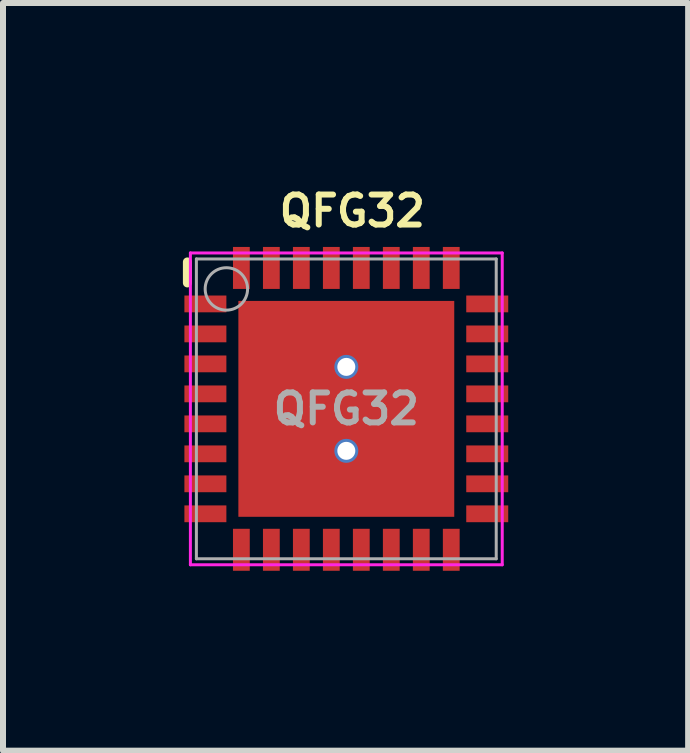
<source format=kicad_pcb>
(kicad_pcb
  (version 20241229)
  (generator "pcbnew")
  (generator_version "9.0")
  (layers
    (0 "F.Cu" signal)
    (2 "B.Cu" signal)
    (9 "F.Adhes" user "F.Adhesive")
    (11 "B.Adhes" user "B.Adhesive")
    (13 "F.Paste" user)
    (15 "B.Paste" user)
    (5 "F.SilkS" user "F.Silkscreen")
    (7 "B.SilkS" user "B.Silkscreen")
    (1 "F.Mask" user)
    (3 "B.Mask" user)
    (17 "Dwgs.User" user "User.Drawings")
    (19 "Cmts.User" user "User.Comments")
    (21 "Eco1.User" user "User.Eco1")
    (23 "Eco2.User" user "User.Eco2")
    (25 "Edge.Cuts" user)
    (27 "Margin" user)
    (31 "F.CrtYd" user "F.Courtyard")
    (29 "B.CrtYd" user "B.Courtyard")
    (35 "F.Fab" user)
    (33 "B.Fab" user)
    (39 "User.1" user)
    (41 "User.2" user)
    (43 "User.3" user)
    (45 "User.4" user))
  (footprint "QFG32"
    (layer "F.Cu")
    (at 2.725 3.768)
    (property "Reference" "QFG32" (at 0.1 -3.3 180) (layer "F.SilkS") (effects (font (size 0.5 0.5) (thickness 0.1))))
    (attr smd)
    (fp_line (start -2.65 -2.45) (end -2.65 -2.1) (stroke (width 0.15) (type solid)) (layer "F.SilkS"))
    (fp_line (start -2.6 -2.6) (end 2.6 -2.6) (stroke (width 0.05) (type solid)) (layer "F.CrtYd"))
    (fp_line (start -2.6 2.6) (end -2.6 -2.6) (stroke (width 0.05) (type solid)) (layer "F.CrtYd"))
    (fp_line (start 2.6 -2.6) (end 2.6 2.6) (stroke (width 0.05) (type solid)) (layer "F.CrtYd"))
    (fp_line (start 2.6 2.6) (end -2.6 2.6) (stroke (width 0.05) (type solid)) (layer "F.CrtYd"))
    (fp_line (start -2.5 -2.5) (end 2.5 -2.5) (stroke (width 0.05) (type solid)) (layer "F.Fab"))
    (fp_line (start -2.5 2.5) (end -2.5 -2.5) (stroke (width 0.05) (type solid)) (layer "F.Fab"))
    (fp_line (start 2.5 -2.5) (end 2.5 2.5) (stroke (width 0.05) (type solid)) (layer "F.Fab"))
    (fp_line (start 2.5 2.5) (end -2.5 2.5) (stroke (width 0.05) (type solid)) (layer "F.Fab"))
    (fp_circle (center -2 -2) (end -1.75 -1.75) (stroke (width 0.05) (type solid)) (fill no) (layer "F.Fab"))
    (fp_text user "${REFERENCE}" (at 0 0 0) (layer "F.Fab") (effects (font (size 0.5 0.5) (thickness 0.1))))
    (pad "" smd rect (at -0.9 -0.9) (size 1 1) (layers "F.Paste"))
    (pad "" smd rect (at -0.9 0.9) (size 1 1) (layers "F.Paste"))
    (pad "" smd rect (at 0.9 -0.9) (size 1 1) (layers "F.Paste"))
    (pad "" smd rect (at 1 0.9) (size 1 1) (layers "F.Paste"))
    (pad "1" smd rect (at -2.35 -1.75) (size 0.7 0.28) (layers "F.Cu" "F.Mask" "F.Paste"))
    (pad "2" smd rect (at -2.35 -1.25) (size 0.7 0.28) (layers "F.Cu" "F.Mask" "F.Paste"))
    (pad "3" smd rect (at -2.35 -0.75) (size 0.7 0.28) (layers "F.Cu" "F.Mask" "F.Paste"))
    (pad "4" smd rect (at -2.35 -0.25) (size 0.7 0.28) (layers "F.Cu" "F.Mask" "F.Paste"))
    (pad "5" smd rect (at -2.35 0.25) (size 0.7 0.28) (layers "F.Cu" "F.Mask" "F.Paste"))
    (pad "6" smd rect (at -2.35 0.75) (size 0.7 0.28) (layers "F.Cu" "F.Mask" "F.Paste"))
    (pad "7" smd rect (at -2.35 1.25) (size 0.7 0.28) (layers "F.Cu" "F.Mask" "F.Paste"))
    (pad "8" smd rect (at -2.35 1.75) (size 0.7 0.28) (layers "F.Cu" "F.Mask" "F.Paste"))
    (pad "9" smd rect (at -1.75 2.35) (size 0.28 0.7) (layers "F.Cu" "F.Mask" "F.Paste"))
    (pad "10" smd rect (at -1.25 2.35) (size 0.28 0.7) (layers "F.Cu" "F.Mask" "F.Paste"))
    (pad "11" smd rect (at -0.75 2.35) (size 0.28 0.7) (layers "F.Cu" "F.Mask" "F.Paste"))
    (pad "12" smd rect (at -0.25 2.35) (size 0.28 0.7) (layers "F.Cu" "F.Mask" "F.Paste"))
    (pad "13" smd rect (at 0.25 2.35) (size 0.28 0.7) (layers "F.Cu" "F.Mask" "F.Paste"))
    (pad "14" smd rect (at 0.75 2.35) (size 0.28 0.7) (layers "F.Cu" "F.Mask" "F.Paste"))
    (pad "15" smd rect (at 1.25 2.35) (size 0.28 0.7) (layers "F.Cu" "F.Mask" "F.Paste"))
    (pad "16" smd rect (at 1.75 2.35) (size 0.28 0.7) (layers "F.Cu" "F.Mask" "F.Paste"))
    (pad "17" smd rect (at 2.35 1.75) (size 0.7 0.28) (layers "F.Cu" "F.Mask" "F.Paste"))
    (pad "18" smd rect (at 2.35 1.25) (size 0.7 0.28) (layers "F.Cu" "F.Mask" "F.Paste"))
    (pad "19" smd rect (at 2.35 0.75) (size 0.7 0.28) (layers "F.Cu" "F.Mask" "F.Paste"))
    (pad "20" smd rect (at 2.35 0.25) (size 0.7 0.28) (layers "F.Cu" "F.Mask" "F.Paste"))
    (pad "21" smd rect (at 2.35 -0.25) (size 0.7 0.28) (layers "F.Cu" "F.Mask" "F.Paste"))
    (pad "22" smd rect (at 2.35 -0.75) (size 0.7 0.28) (layers "F.Cu" "F.Mask" "F.Paste"))
    (pad "23" smd rect (at 2.35 -1.25) (size 0.7 0.28) (layers "F.Cu" "F.Mask" "F.Paste"))
    (pad "24" smd rect (at 2.35 -1.75) (size 0.7 0.28) (layers "F.Cu" "F.Mask" "F.Paste"))
    (pad "25" smd rect (at 1.75 -2.35) (size 0.28 0.7) (layers "F.Cu" "F.Mask" "F.Paste"))
    (pad "26" smd rect (at 1.25 -2.35) (size 0.28 0.7) (layers "F.Cu" "F.Mask" "F.Paste"))
    (pad "27" smd rect (at 0.75 -2.35) (size 0.28 0.7) (layers "F.Cu" "F.Mask" "F.Paste"))
    (pad "28" smd rect (at 0.25 -2.35) (size 0.28 0.7) (layers "F.Cu" "F.Mask" "F.Paste"))
    (pad "29" smd rect (at -0.25 -2.35) (size 0.28 0.7) (layers "F.Cu" "F.Mask" "F.Paste"))
    (pad "30" smd rect (at -0.75 -2.35) (size 0.28 0.7) (layers "F.Cu" "F.Mask" "F.Paste"))
    (pad "31" smd rect (at -1.25 -2.35) (size 0.28 0.7) (layers "F.Cu" "F.Mask" "F.Paste"))
    (pad "32" smd rect (at -1.75 -2.35) (size 0.28 0.7) (layers "F.Cu" "F.Mask" "F.Paste"))
    (pad "33" thru_hole circle (at 0 -0.7) (size 0.4 0.4) (drill 0.3) (layers "*.Cu"))
    (pad "33" smd rect (at 0 0) (size 3.6 3.6) (layers "F.Cu" "F.Mask"))
    (pad "33" thru_hole circle (at 0 0.7) (size 0.4 0.4) (drill 0.3) (layers "*.Cu")))
  (gr_rect
    (start -3 -3)
    (end 8.425 9.468)
    (stroke (width 0.1) (type default))
    (fill no)
    (layer "Edge.Cuts")))
</source>
